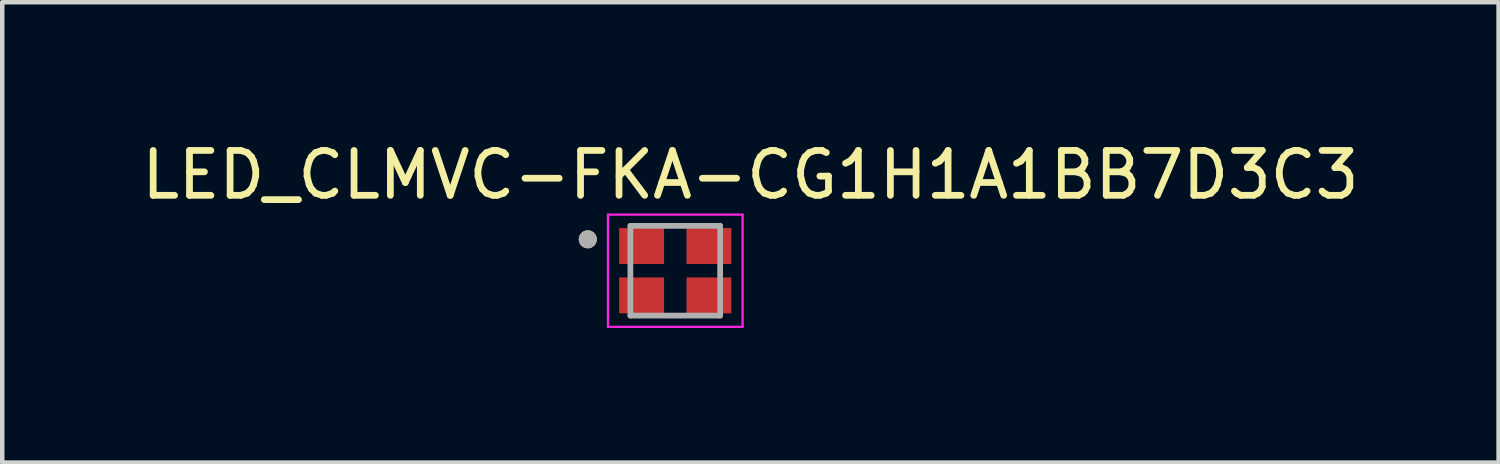
<source format=kicad_pcb>
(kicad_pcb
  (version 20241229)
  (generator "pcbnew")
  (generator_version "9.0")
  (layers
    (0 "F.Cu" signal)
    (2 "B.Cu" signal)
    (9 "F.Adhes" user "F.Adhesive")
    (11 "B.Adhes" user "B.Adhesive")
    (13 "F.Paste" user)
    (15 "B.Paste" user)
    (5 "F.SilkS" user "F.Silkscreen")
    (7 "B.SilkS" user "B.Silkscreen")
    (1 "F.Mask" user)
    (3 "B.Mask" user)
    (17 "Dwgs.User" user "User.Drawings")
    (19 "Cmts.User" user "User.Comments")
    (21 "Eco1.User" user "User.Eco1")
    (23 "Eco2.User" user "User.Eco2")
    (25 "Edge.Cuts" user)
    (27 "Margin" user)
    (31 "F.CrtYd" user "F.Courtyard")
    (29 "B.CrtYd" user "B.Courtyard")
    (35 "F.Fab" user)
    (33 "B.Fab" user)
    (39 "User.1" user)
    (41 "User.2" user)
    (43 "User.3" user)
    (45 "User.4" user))
  (footprint "LED_CLMVC-FKA-CG1H1A1BB7D3C3"
    (layer "F.Cu")
    (at 11.998 2.983)
    (property "Reference" "LED_CLMVC-FKA-CG1H1A1BB7D3C3" (at 1.675 -2.135 0) (layer "F.SilkS") (effects (font (size 1 1) (thickness 0.15))))
    (attr smd)
    (fp_circle (center -1.95 -0.7) (end -1.85 -0.7) (stroke (width 0.2) (type solid)) (fill no) (layer "F.SilkS"))
    (fp_line (start -1.5 -1.25) (end -1.5 1.25) (stroke (width 0.05) (type solid)) (layer "F.CrtYd"))
    (fp_line (start -1.5 1.25) (end 1.5 1.25) (stroke (width 0.05) (type solid)) (layer "F.CrtYd"))
    (fp_line (start 1.5 -1.25) (end -1.5 -1.25) (stroke (width 0.05) (type solid)) (layer "F.CrtYd"))
    (fp_line (start 1.5 1.25) (end 1.5 -1.25) (stroke (width 0.05) (type solid)) (layer "F.CrtYd"))
    (fp_line (start -1 -1) (end -1 1) (stroke (width 0.127) (type solid)) (layer "F.Fab"))
    (fp_line (start -1 1) (end 1 1) (stroke (width 0.127) (type solid)) (layer "F.Fab"))
    (fp_line (start 1 -1) (end -1 -1) (stroke (width 0.127) (type solid)) (layer "F.Fab"))
    (fp_line (start 1 1) (end 1 -1) (stroke (width 0.127) (type solid)) (layer "F.Fab"))
    (fp_circle (center -1.95 -0.7) (end -1.85 -0.7) (stroke (width 0.2) (type solid)) (fill no) (layer "F.Fab"))
    (pad "1" smd rect (at -0.75 -0.55) (size 1 0.8) (layers "F.Cu" "F.Mask" "F.Paste"))
    (pad "2" smd rect (at 0.75 -0.55) (size 1 0.8) (layers "F.Cu" "F.Mask" "F.Paste"))
    (pad "3" smd rect (at 0.75 0.55) (size 1 0.8) (layers "F.Cu" "F.Mask" "F.Paste"))
    (pad "4" smd rect (at -0.75 0.55) (size 1 0.8) (layers "F.Cu" "F.Mask" "F.Paste")))
  (gr_rect
    (start -3 -3)
    (end 30.345 7.258)
    (stroke (width 0.1) (type default))
    (fill no)
    (layer "Edge.Cuts")))
</source>
